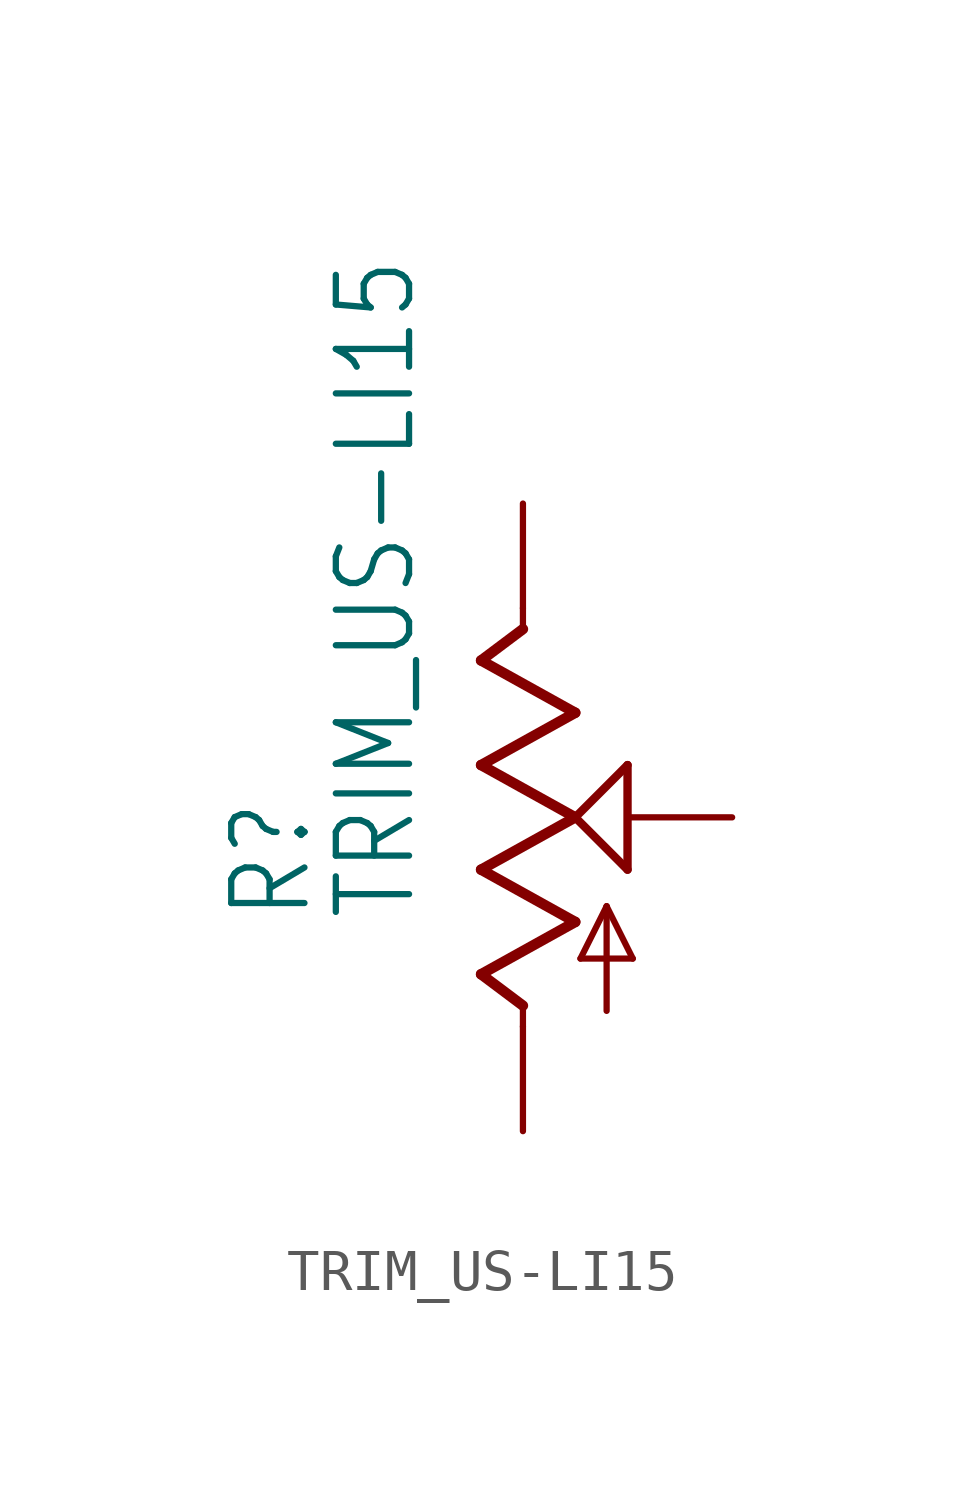
<source format=kicad_sym>
(kicad_symbol_lib
  (version 20211014)
  (generator kicad_symbol_editor)
  (symbol "TRIM_US-LI15"
    (property "Reference" "R"
      (at -5.08 -2.54 90)
      (effects (font (size 1.778 1.511)) (justify left bottom)))
    (property "Value" "TRIM_US-LI15"
      (at -2.54 -2.54 90)
      (effects (font (size 1.778 1.511)) (justify left bottom)))
    (property "ki_locked" ""
      (at 0 0 0)
      (effects (font (size 1.27 1.27))))
    (symbol "TRIM_US-LI15_1_0"
      (polyline (pts (xy -1.016 -3.81) (xy 1.27 -2.54)) (stroke (width 0.254) (type default) (color 0 0 0 0)) (fill (type none)))
      (polyline (pts (xy -1.016 -1.27) (xy 1.27 0)) (stroke (width 0.254) (type default) (color 0 0 0 0)) (fill (type none)))
      (polyline (pts (xy -1.016 1.27) (xy 1.27 2.54)) (stroke (width 0.254) (type default) (color 0 0 0 0)) (fill (type none)))
      (polyline (pts (xy -1.016 3.81) (xy 0 4.572)) (stroke (width 0.254) (type default) (color 0 0 0 0)) (fill (type none)))
      (polyline (pts (xy 0 -5.08) (xy 0 -4.572)) (stroke (width 0.152) (type default) (color 0 0 0 0)) (fill (type none)))
      (polyline (pts (xy 0 -4.572) (xy -1.016 -3.81)) (stroke (width 0.254) (type default) (color 0 0 0 0)) (fill (type none)))
      (polyline (pts (xy 0 4.572) (xy 0 5.08)) (stroke (width 0.152) (type default) (color 0 0 0 0)) (fill (type none)))
      (polyline (pts (xy 1.27 -2.54) (xy -1.016 -1.27)) (stroke (width 0.254) (type default) (color 0 0 0 0)) (fill (type none)))
      (polyline (pts (xy 1.27 0) (xy -1.016 1.27)) (stroke (width 0.254) (type default) (color 0 0 0 0)) (fill (type none)))
      (polyline (pts (xy 1.27 0) (xy 2.54 1.27)) (stroke (width 0.203) (type default) (color 0 0 0 0)) (fill (type none)))
      (polyline (pts (xy 1.27 2.54) (xy -1.016 3.81)) (stroke (width 0.254) (type default) (color 0 0 0 0)) (fill (type none)))
      (polyline (pts (xy 1.397 -3.429) (xy 2.032 -2.159)) (stroke (width 0.152) (type default) (color 0 0 0 0)) (fill (type none)))
      (polyline (pts (xy 2.032 -4.699) (xy 2.032 -2.159)) (stroke (width 0.152) (type default) (color 0 0 0 0)) (fill (type none)))
      (polyline (pts (xy 2.032 -2.159) (xy 2.667 -3.429)) (stroke (width 0.152) (type default) (color 0 0 0 0)) (fill (type none)))
      (polyline (pts (xy 2.54 -1.27) (xy 1.27 0)) (stroke (width 0.203) (type default) (color 0 0 0 0)) (fill (type none)))
      (polyline (pts (xy 2.54 1.27) (xy 2.54 -1.27)) (stroke (width 0.203) (type default) (color 0 0 0 0)) (fill (type none)))
      (polyline (pts (xy 2.667 -3.429) (xy 1.397 -3.429)) (stroke (width 0.152) (type default) (color 0 0 0 0)) (fill (type none)))
      (pin passive line (at 0 -7.62 90) (length 2.54) (name "A" (effects (font (size 0 0)))) (number "A" (effects (font (size 0 0)))))
      (pin passive line (at 0 7.62 270) (length 2.54) (name "E" (effects (font (size 0 0)))) (number "E" (effects (font (size 0 0)))))
      (pin passive line (at 5.08 0 180) (length 2.54) (name "S" (effects (font (size 0 0)))) (number "S" (effects (font (size 0 0))))))))
</source>
